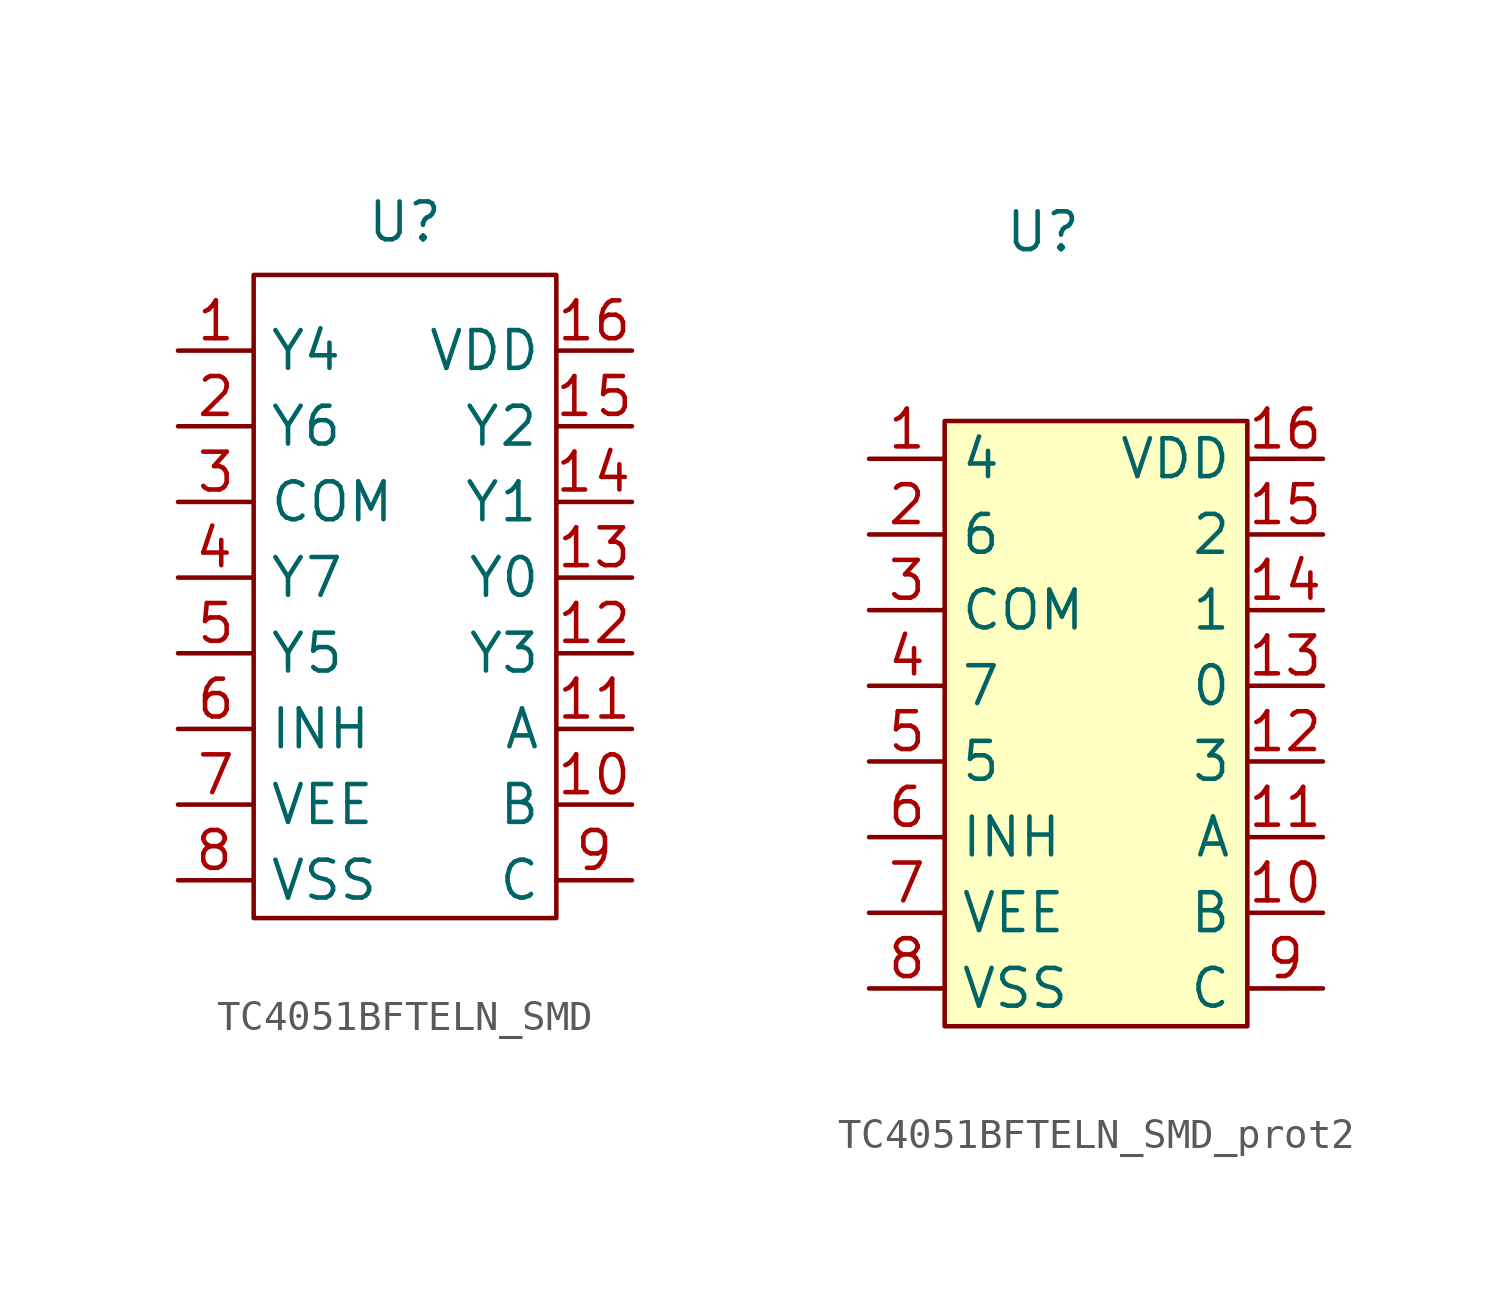
<source format=kicad_sym>
(kicad_symbol_lib
  (version 20241209)
  (generator "kicad_symbol_editor")
  (generator_version "9.0")
  (symbol "TC4051BFTELN_SMD"
    (property "Reference" "U"
      (at 0 13.208 0)
      (effects (font (size 1.27 1.27))))
    (property "Value" ""
      (at 0 0 0)
      (effects (font (size 1.27 1.27))))
    (symbol "TC4051BFTELN_SMD_0_1"
      (polyline (pts (xy -5.08 11.43) (xy -5.08 -10.16) (xy 5.08 -10.16) (xy 5.08 11.43) (xy -5.08 11.43)) (stroke (width 0) (type default)) (fill (type none))))
    (symbol "TC4051BFTELN_SMD_1_1"
      (pin bidirectional line (at -7.62 8.89 0) (length 2.54) (name "Y4" (effects (font (size 1.27 1.27)))) (number "1" (effects (font (size 1.27 1.27)))))
      (pin bidirectional line (at -7.62 6.35 0) (length 2.54) (name "Y6" (effects (font (size 1.27 1.27)))) (number "2" (effects (font (size 1.27 1.27)))))
      (pin bidirectional line (at -7.62 3.81 0) (length 2.54) (name "COM" (effects (font (size 1.27 1.27)))) (number "３" (effects (font (size 1.27 1.27)))))
      (pin bidirectional line (at -7.62 1.27 0) (length 2.54) (name "Y７" (effects (font (size 1.27 1.27)))) (number "４" (effects (font (size 1.27 1.27)))))
      (pin bidirectional line (at -7.62 -1.27 0) (length 2.54) (name "Y５" (effects (font (size 1.27 1.27)))) (number "５" (effects (font (size 1.27 1.27)))))
      (pin bidirectional line (at -7.62 -3.81 0) (length 2.54) (name "INH" (effects (font (size 1.27 1.27)))) (number "６" (effects (font (size 1.27 1.27)))))
      (pin input line (at -7.62 -6.35 0) (length 2.54) (name "VEE" (effects (font (size 1.27 1.27)))) (number "７" (effects (font (size 1.27 1.27)))))
      (pin input line (at -7.62 -8.89 0) (length 2.54) (name "VSS" (effects (font (size 1.27 1.27)))) (number "８" (effects (font (size 1.27 1.27)))))
      (pin input line (at 7.62 8.89 180) (length 2.54) (name "VDD" (effects (font (size 1.27 1.27)))) (number "16" (effects (font (size 1.27 1.27)))))
      (pin bidirectional line (at 7.62 6.35 180) (length 2.54) (name "Y２" (effects (font (size 1.27 1.27)))) (number "１５" (effects (font (size 1.27 1.27)))))
      (pin bidirectional line (at 7.62 3.81 180) (length 2.54) (name "Y１" (effects (font (size 1.27 1.27)))) (number "１４" (effects (font (size 1.27 1.27)))))
      (pin bidirectional line (at 7.62 1.27 180) (length 2.54) (name "Y0" (effects (font (size 1.27 1.27)))) (number "13" (effects (font (size 1.27 1.27)))))
      (pin bidirectional line (at 7.62 -1.27 180) (length 2.54) (name "Y3" (effects (font (size 1.27 1.27)))) (number "12" (effects (font (size 1.27 1.27)))))
      (pin input line (at 7.62 -3.81 180) (length 2.54) (name "A" (effects (font (size 1.27 1.27)))) (number "11" (effects (font (size 1.27 1.27)))))
      (pin input line (at 7.62 -6.35 180) (length 2.54) (name "B" (effects (font (size 1.27 1.27)))) (number "10" (effects (font (size 1.27 1.27)))))
      (pin input line (at 7.62 -8.89 180) (length 2.54) (name "C" (effects (font (size 1.27 1.27)))) (number "9" (effects (font (size 1.27 1.27)))))))
  (symbol "TC4051BFTELN_SMD_prot2"
    (property "Reference" "U"
      (at -1.778 16.51 0)
      (effects (font (size 1.27 1.27))))
    (property "Value" ""
      (at 0 0 0)
      (effects (font (size 1.27 1.27))))
    (symbol "TC4051BFTELN_SMD_prot2_1_1"
      (polyline (pts (xy -5.08 10.16) (xy -5.08 -10.16) (xy 5.08 -10.16) (xy 5.08 10.16) (xy -5.08 10.16)) (stroke (width 0) (type solid)) (fill (type background)))
      (pin bidirectional line (at -7.62 8.89 0) (length 2.54) (name "4" (effects (font (size 1.27 1.27)))) (number "1" (effects (font (size 1.27 1.27)))))
      (pin bidirectional line (at -7.62 6.35 0) (length 2.54) (name "6" (effects (font (size 1.27 1.27)))) (number "2" (effects (font (size 1.27 1.27)))))
      (pin bidirectional line (at -7.62 3.81 0) (length 2.54) (name "COM" (effects (font (size 1.27 1.27)))) (number "3" (effects (font (size 1.27 1.27)))))
      (pin bidirectional line (at -7.62 1.27 0) (length 2.54) (name "7" (effects (font (size 1.27 1.27)))) (number "4" (effects (font (size 1.27 1.27)))))
      (pin bidirectional line (at -7.62 -1.27 0) (length 2.54) (name "5" (effects (font (size 1.27 1.27)))) (number "5" (effects (font (size 1.27 1.27)))))
      (pin input line (at -7.62 -3.81 0) (length 2.54) (name "INH" (effects (font (size 1.27 1.27)))) (number "6" (effects (font (size 1.27 1.27)))))
      (pin input line (at -7.62 -6.35 0) (length 2.54) (name "VEE" (effects (font (size 1.27 1.27)))) (number "7" (effects (font (size 1.27 1.27)))))
      (pin input line (at -7.62 -8.89 0) (length 2.54) (name "VSS" (effects (font (size 1.27 1.27)))) (number "8" (effects (font (size 1.27 1.27)))))
      (pin bidirectional line (at 7.62 8.89 180) (length 2.54) (name "VDD" (effects (font (size 1.27 1.27)))) (number "16" (effects (font (size 1.27 1.27)))))
      (pin bidirectional line (at 7.62 6.35 180) (length 2.54) (name "2" (effects (font (size 1.27 1.27)))) (number "15" (effects (font (size 1.27 1.27)))))
      (pin bidirectional line (at 7.62 3.81 180) (length 2.54) (name "1" (effects (font (size 1.27 1.27)))) (number "14" (effects (font (size 1.27 1.27)))))
      (pin bidirectional line (at 7.62 1.27 180) (length 2.54) (name "0" (effects (font (size 1.27 1.27)))) (number "13" (effects (font (size 1.27 1.27)))))
      (pin bidirectional line (at 7.62 -1.27 180) (length 2.54) (name "3" (effects (font (size 1.27 1.27)))) (number "12" (effects (font (size 1.27 1.27)))))
      (pin bidirectional line (at 7.62 -3.81 180) (length 2.54) (name "A" (effects (font (size 1.27 1.27)))) (number "11" (effects (font (size 1.27 1.27)))))
      (pin bidirectional line (at 7.62 -6.35 180) (length 2.54) (name "B" (effects (font (size 1.27 1.27)))) (number "10" (effects (font (size 1.27 1.27)))))
      (pin bidirectional line (at 7.62 -8.89 180) (length 2.54) (name "C" (effects (font (size 1.27 1.27)))) (number "9" (effects (font (size 1.27 1.27))))))))
</source>
